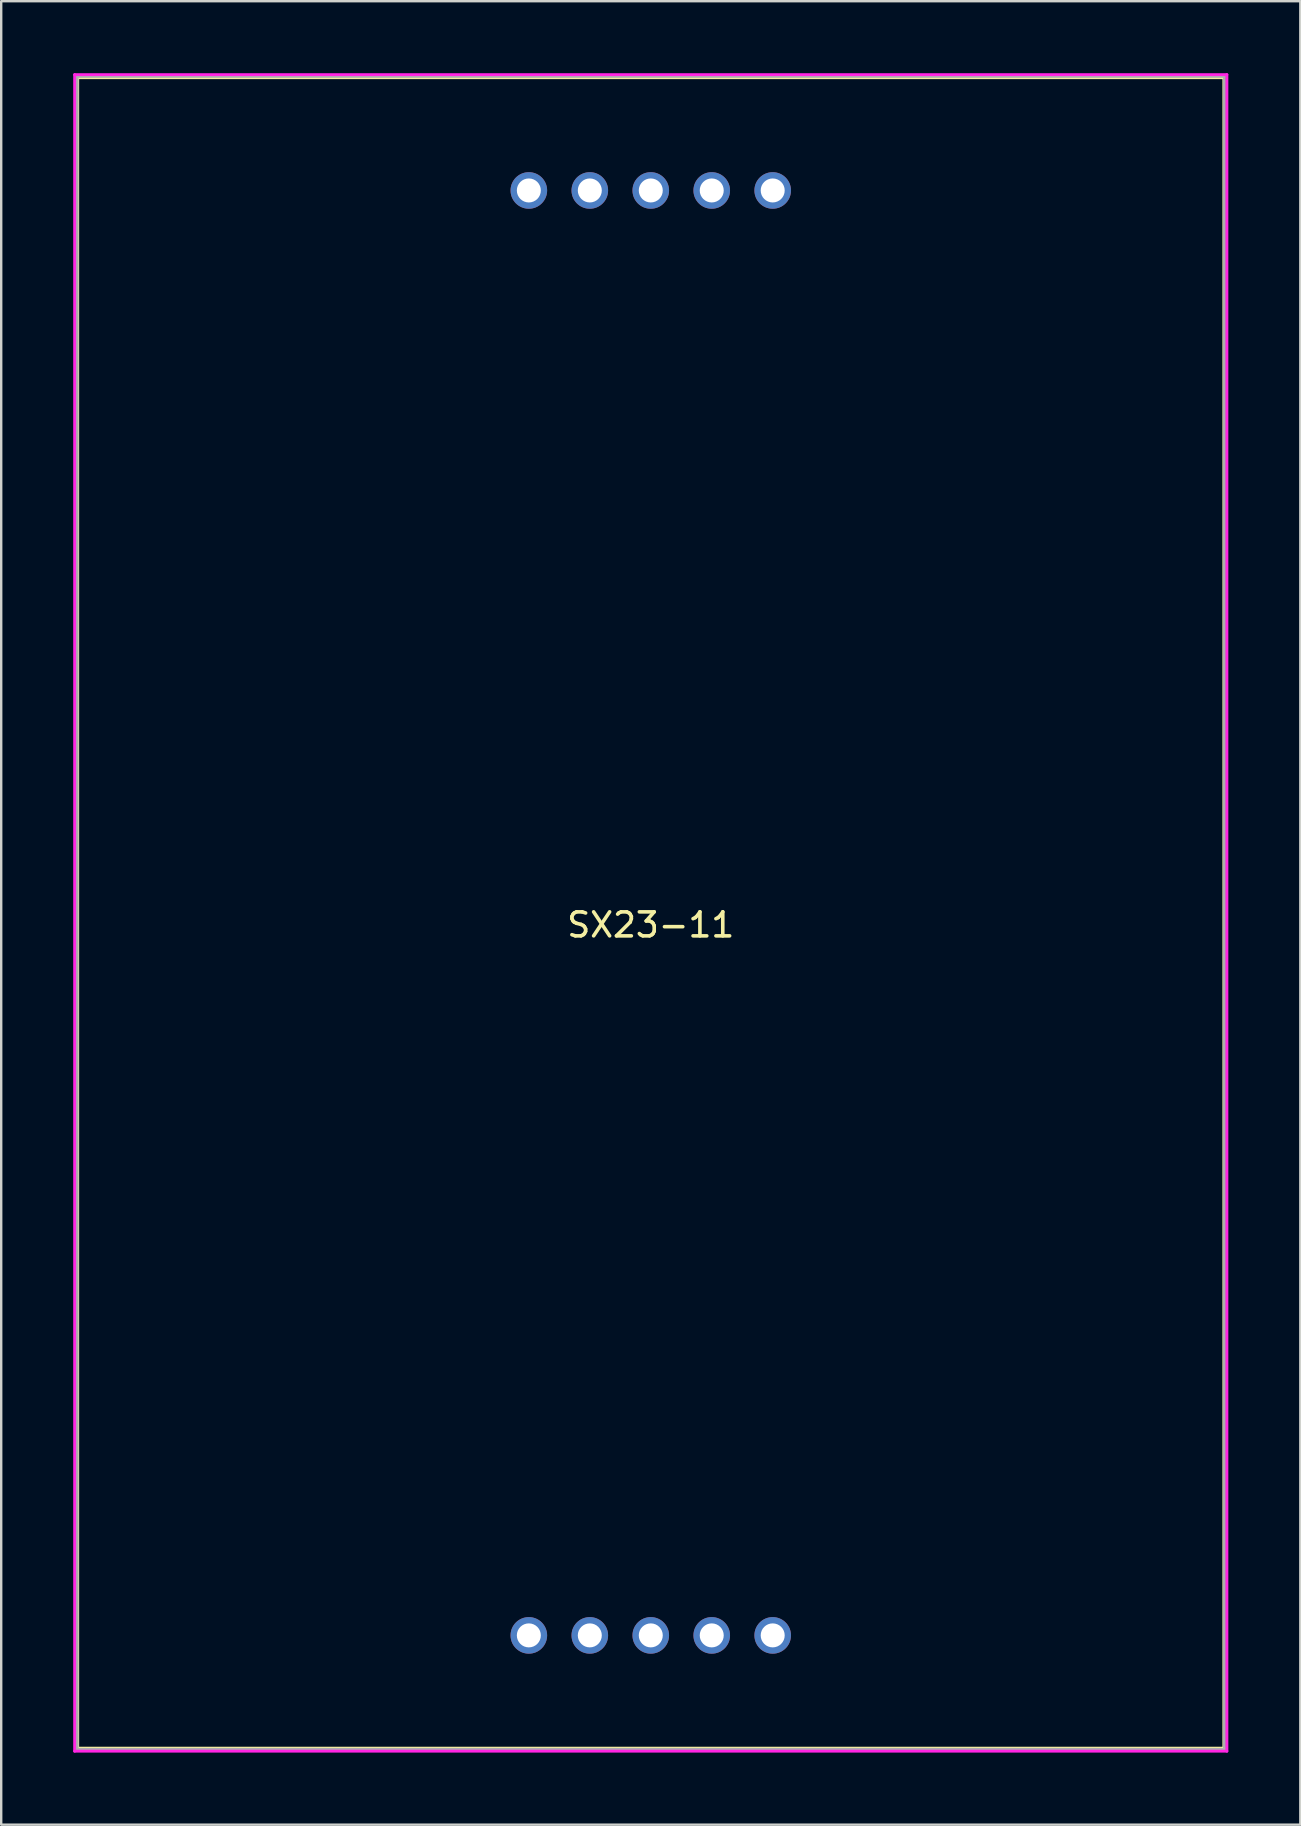
<source format=kicad_pcb>
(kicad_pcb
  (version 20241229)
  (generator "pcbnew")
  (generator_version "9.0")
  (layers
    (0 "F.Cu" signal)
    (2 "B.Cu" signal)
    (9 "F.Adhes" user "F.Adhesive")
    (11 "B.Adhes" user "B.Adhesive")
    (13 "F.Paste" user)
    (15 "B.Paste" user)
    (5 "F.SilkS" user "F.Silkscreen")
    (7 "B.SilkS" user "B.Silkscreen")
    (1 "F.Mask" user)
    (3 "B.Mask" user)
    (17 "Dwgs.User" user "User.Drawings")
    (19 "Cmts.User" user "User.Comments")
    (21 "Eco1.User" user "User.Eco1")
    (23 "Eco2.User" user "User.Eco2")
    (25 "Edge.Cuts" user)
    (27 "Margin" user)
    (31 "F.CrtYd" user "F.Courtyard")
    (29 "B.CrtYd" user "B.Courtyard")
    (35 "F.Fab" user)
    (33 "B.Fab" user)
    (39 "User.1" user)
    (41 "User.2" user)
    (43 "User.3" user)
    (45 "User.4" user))
  (footprint "SX23-11"
    (layer "F.Cu")
    (at 24.063 34.985)
    (property "Reference" "SX23-11" (at 0 0.5 0) (layer "F.SilkS") (effects (font (size 1 1) (thickness 0.15))))
    (attr through_hole)
    (fp_line (start -23.876 -34.798) (end 23.876 -34.798) (stroke (width 0.12) (type solid)) (layer "F.SilkS"))
    (fp_line (start -23.876 34.798) (end -23.876 -34.798) (stroke (width 0.12) (type solid)) (layer "F.SilkS"))
    (fp_line (start 23.876 -34.798) (end 23.876 34.798) (stroke (width 0.12) (type solid)) (layer "F.SilkS"))
    (fp_line (start 23.876 34.798) (end -23.876 34.798) (stroke (width 0.12) (type solid)) (layer "F.SilkS"))
    (fp_line (start -24.003 -34.925) (end 24.003 -34.925) (stroke (width 0.12) (type solid)) (layer "F.CrtYd"))
    (fp_line (start -24.003 34.925) (end -24.003 -34.925) (stroke (width 0.12) (type solid)) (layer "F.CrtYd"))
    (fp_line (start 24.003 -34.925) (end 24.003 34.925) (stroke (width 0.12) (type solid)) (layer "F.CrtYd"))
    (fp_line (start 24.003 34.925) (end -24.003 34.925) (stroke (width 0.12) (type solid)) (layer "F.CrtYd"))
    (fp_line (start -23.9 34.85) (end -23.9 -34.85) (stroke (width 0.12) (type solid)) (layer "F.Fab"))
    (fp_line (start 23.9 -34.85) (end -23.9 -34.85) (stroke (width 0.12) (type solid)) (layer "F.Fab"))
    (fp_line (start 23.9 34.85) (end -23.9 34.85) (stroke (width 0.12) (type solid)) (layer "F.Fab"))
    (fp_line (start 23.9 34.85) (end 23.9 -34.85) (stroke (width 0.12) (type solid)) (layer "F.Fab"))
    (pad "1" thru_hole circle (at -5.08 30.1) (size 1.524 1.524) (drill 1) (layers "*.Cu" "*.Mask"))
    (pad "2" thru_hole circle (at -2.54 30.1) (size 1.524 1.524) (drill 1) (layers "*.Cu" "*.Mask"))
    (pad "3" thru_hole circle (at 0 30.1) (size 1.524 1.524) (drill 1) (layers "*.Cu" "*.Mask"))
    (pad "4" thru_hole circle (at 2.54 30.1) (size 1.524 1.524) (drill 1) (layers "*.Cu" "*.Mask"))
    (pad "5" thru_hole circle (at 5.08 30.1) (size 1.524 1.524) (drill 1) (layers "*.Cu" "*.Mask"))
    (pad "6" thru_hole circle (at 5.08 -30.1) (size 1.524 1.524) (drill 1) (layers "*.Cu" "*.Mask"))
    (pad "7" thru_hole circle (at 2.54 -30.1) (size 1.524 1.524) (drill 1) (layers "*.Cu" "*.Mask"))
    (pad "8" thru_hole circle (at 0 -30.1) (size 1.524 1.524) (drill 1) (layers "*.Cu" "*.Mask"))
    (pad "9" thru_hole circle (at -2.54 -30.1) (size 1.524 1.524) (drill 1) (layers "*.Cu" "*.Mask"))
    (pad "10" thru_hole circle (at -5.08 -30.1) (size 1.524 1.524) (drill 1) (layers "*.Cu" "*.Mask")))
  (gr_rect
    (start -3 -3)
    (end 51.126 72.97)
    (stroke (width 0.1) (type default))
    (fill no)
    (layer "Edge.Cuts")))
</source>
